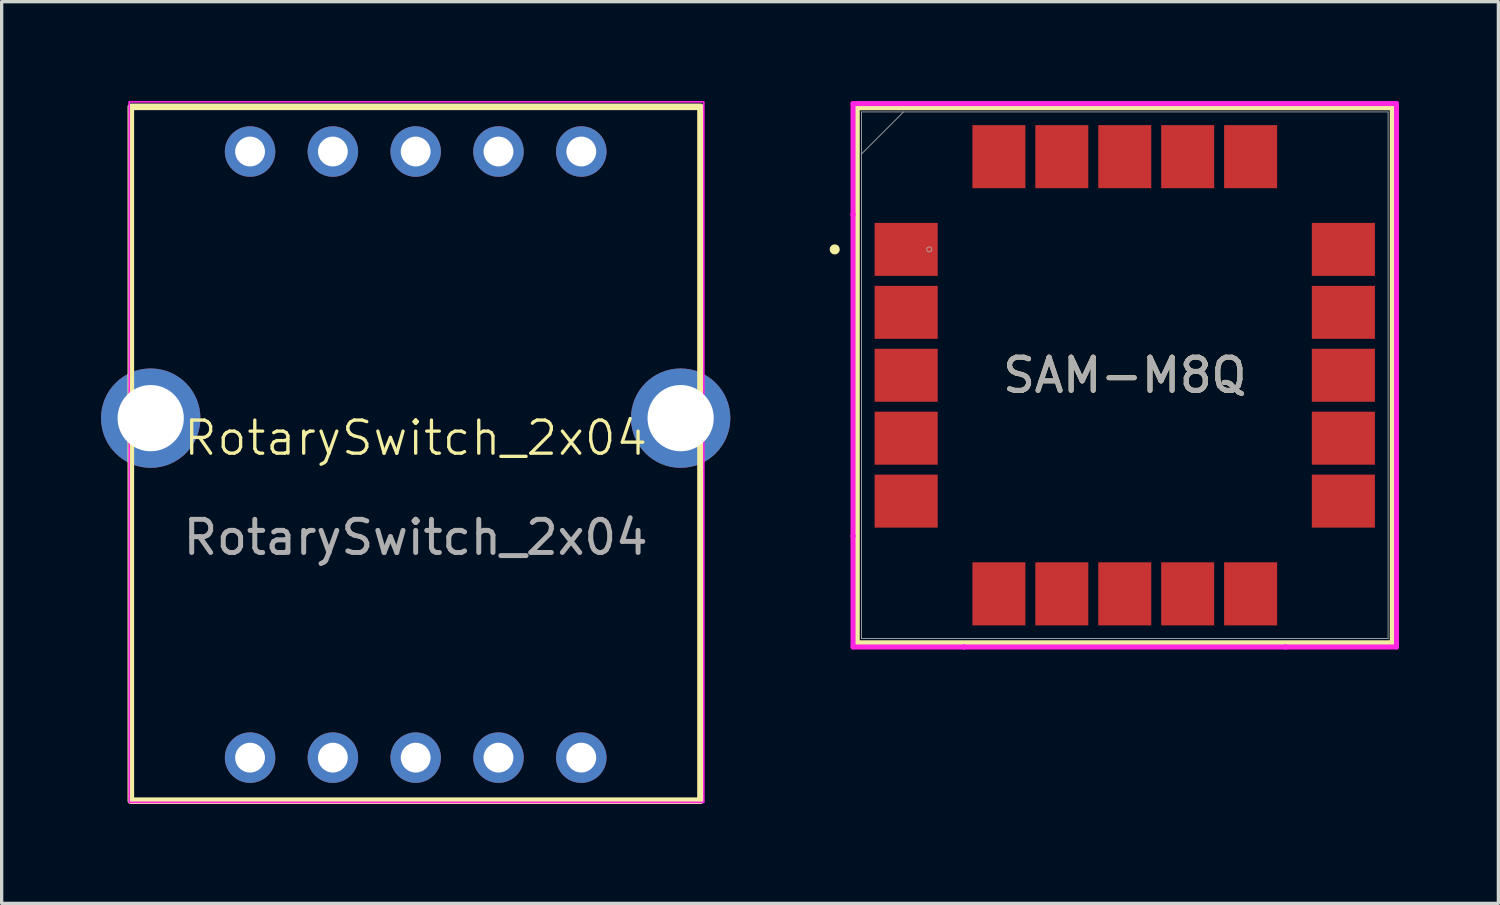
<source format=kicad_pcb>
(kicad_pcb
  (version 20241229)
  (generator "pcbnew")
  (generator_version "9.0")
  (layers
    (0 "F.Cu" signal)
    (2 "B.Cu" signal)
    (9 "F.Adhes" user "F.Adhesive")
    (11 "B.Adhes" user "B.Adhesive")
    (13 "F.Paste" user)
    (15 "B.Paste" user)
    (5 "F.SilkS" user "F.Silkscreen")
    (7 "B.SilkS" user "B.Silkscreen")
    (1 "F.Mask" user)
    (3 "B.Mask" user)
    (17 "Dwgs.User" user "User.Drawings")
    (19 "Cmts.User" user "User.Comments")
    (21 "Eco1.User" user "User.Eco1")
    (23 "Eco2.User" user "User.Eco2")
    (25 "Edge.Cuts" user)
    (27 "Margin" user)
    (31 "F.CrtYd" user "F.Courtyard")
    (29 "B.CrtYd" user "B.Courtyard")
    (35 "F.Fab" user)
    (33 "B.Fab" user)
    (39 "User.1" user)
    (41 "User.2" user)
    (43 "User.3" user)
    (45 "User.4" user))
  (footprint "SAM-M8Q"
    (layer "F.Cu")
    (at 30.909 8.28)
    (property "Reference" "SAM-M8Q" (at 0 0 0) (unlocked yes) (layer "F.SilkS") (effects (font (size 1 1) (thickness 0.15))))
    (attr smd)
    (fp_line (start -8.077 -8.077) (end -8.077 8.077) (stroke (width 0.152) (type solid)) (layer "F.SilkS"))
    (fp_line (start -8.077 8.077) (end 8.077 8.077) (stroke (width 0.152) (type solid)) (layer "F.SilkS"))
    (fp_line (start 8.077 -8.077) (end -8.077 -8.077) (stroke (width 0.152) (type solid)) (layer "F.SilkS"))
    (fp_line (start 8.077 8.077) (end 8.077 -8.077) (stroke (width 0.152) (type solid)) (layer "F.SilkS"))
    (fp_circle (center -8.757 -3.8) (end -8.68 -3.8) (stroke (width 0.152) (type solid)) (fill no) (layer "F.SilkS"))
    (fp_line (start -8.204 -8.204) (end -4.854 -8.204) (stroke (width 0.152) (type solid)) (layer "F.CrtYd"))
    (fp_line (start -8.204 -4.854) (end -8.204 -8.204) (stroke (width 0.152) (type solid)) (layer "F.CrtYd"))
    (fp_line (start -8.204 -4.854) (end -8.204 -4.854) (stroke (width 0.152) (type solid)) (layer "F.CrtYd"))
    (fp_line (start -8.204 4.854) (end -8.204 -4.854) (stroke (width 0.152) (type solid)) (layer "F.CrtYd"))
    (fp_line (start -8.204 4.854) (end -8.204 4.854) (stroke (width 0.152) (type solid)) (layer "F.CrtYd"))
    (fp_line (start -8.204 8.204) (end -8.204 4.854) (stroke (width 0.152) (type solid)) (layer "F.CrtYd"))
    (fp_line (start -4.854 -8.204) (end -4.854 -8.204) (stroke (width 0.152) (type solid)) (layer "F.CrtYd"))
    (fp_line (start -4.854 -8.204) (end 4.854 -8.204) (stroke (width 0.152) (type solid)) (layer "F.CrtYd"))
    (fp_line (start -4.854 8.204) (end -8.204 8.204) (stroke (width 0.152) (type solid)) (layer "F.CrtYd"))
    (fp_line (start -4.854 8.204) (end -4.854 8.204) (stroke (width 0.152) (type solid)) (layer "F.CrtYd"))
    (fp_line (start 4.854 -8.204) (end 4.854 -8.204) (stroke (width 0.152) (type solid)) (layer "F.CrtYd"))
    (fp_line (start 4.854 -8.204) (end 8.204 -8.204) (stroke (width 0.152) (type solid)) (layer "F.CrtYd"))
    (fp_line (start 4.854 8.204) (end -4.854 8.204) (stroke (width 0.152) (type solid)) (layer "F.CrtYd"))
    (fp_line (start 4.854 8.204) (end 4.854 8.204) (stroke (width 0.152) (type solid)) (layer "F.CrtYd"))
    (fp_line (start 8.204 -8.204) (end 8.204 -4.854) (stroke (width 0.152) (type solid)) (layer "F.CrtYd"))
    (fp_line (start 8.204 -4.854) (end 8.204 -4.854) (stroke (width 0.152) (type solid)) (layer "F.CrtYd"))
    (fp_line (start 8.204 -4.854) (end 8.204 4.854) (stroke (width 0.152) (type solid)) (layer "F.CrtYd"))
    (fp_line (start 8.204 4.854) (end 8.204 4.854) (stroke (width 0.152) (type solid)) (layer "F.CrtYd"))
    (fp_line (start 8.204 4.854) (end 8.204 8.204) (stroke (width 0.152) (type solid)) (layer "F.CrtYd"))
    (fp_line (start 8.204 8.204) (end 4.854 8.204) (stroke (width 0.152) (type solid)) (layer "F.CrtYd"))
    (fp_line (start -7.95 -7.95) (end -7.95 7.95) (stroke (width 0.025) (type solid)) (layer "F.Fab"))
    (fp_line (start -7.95 -6.68) (end -6.68 -7.95) (stroke (width 0.025) (type solid)) (layer "F.Fab"))
    (fp_line (start -7.95 7.95) (end 7.95 7.95) (stroke (width 0.025) (type solid)) (layer "F.Fab"))
    (fp_line (start 7.95 -7.95) (end -7.95 -7.95) (stroke (width 0.025) (type solid)) (layer "F.Fab"))
    (fp_line (start 7.95 7.95) (end 7.95 -7.95) (stroke (width 0.025) (type solid)) (layer "F.Fab"))
    (fp_circle (center -5.902 -3.8) (end -5.825 -3.8) (stroke (width 0.025) (type solid)) (fill no) (layer "F.Fab"))
    (fp_text user "${REFERENCE}" (at 0 0 0) (unlocked yes) (layer "F.Fab") (effects (font (size 1 1) (thickness 0.15))))
    (pad "1" smd rect (at -6.6 -3.8) (size 1.905 1.6) (layers "F.Cu" "F.Mask" "F.Paste"))
    (pad "2" smd rect (at -6.6 -1.9) (size 1.905 1.6) (layers "F.Cu" "F.Mask" "F.Paste"))
    (pad "3" smd rect (at -6.6 0) (size 1.905 1.6) (layers "F.Cu" "F.Mask" "F.Paste"))
    (pad "4" smd rect (at -6.6 1.9) (size 1.905 1.6) (layers "F.Cu" "F.Mask" "F.Paste"))
    (pad "5" smd rect (at -6.6 3.8) (size 1.905 1.6) (layers "F.Cu" "F.Mask" "F.Paste"))
    (pad "6" smd rect (at -3.8 6.6 90) (size 1.905 1.6) (layers "F.Cu" "F.Mask" "F.Paste"))
    (pad "7" smd rect (at -1.9 6.6 90) (size 1.905 1.6) (layers "F.Cu" "F.Mask" "F.Paste"))
    (pad "8" smd rect (at 0 6.6 90) (size 1.905 1.6) (layers "F.Cu" "F.Mask" "F.Paste"))
    (pad "9" smd rect (at 1.9 6.6 90) (size 1.905 1.6) (layers "F.Cu" "F.Mask" "F.Paste"))
    (pad "10" smd rect (at 3.8 6.6 90) (size 1.905 1.6) (layers "F.Cu" "F.Mask" "F.Paste"))
    (pad "11" smd rect (at 6.6 3.8) (size 1.905 1.6) (layers "F.Cu" "F.Mask" "F.Paste"))
    (pad "12" smd rect (at 6.6 1.9) (size 1.905 1.6) (layers "F.Cu" "F.Mask" "F.Paste"))
    (pad "13" smd rect (at 6.6 0) (size 1.905 1.6) (layers "F.Cu" "F.Mask" "F.Paste"))
    (pad "14" smd rect (at 6.6 -1.9) (size 1.905 1.6) (layers "F.Cu" "F.Mask" "F.Paste"))
    (pad "15" smd rect (at 6.6 -3.8) (size 1.905 1.6) (layers "F.Cu" "F.Mask" "F.Paste"))
    (pad "16" smd rect (at 3.8 -6.6 90) (size 1.905 1.6) (layers "F.Cu" "F.Mask" "F.Paste"))
    (pad "17" smd rect (at 1.9 -6.6 90) (size 1.905 1.6) (layers "F.Cu" "F.Mask" "F.Paste"))
    (pad "18" smd rect (at 0 -6.6 90) (size 1.905 1.6) (layers "F.Cu" "F.Mask" "F.Paste"))
    (pad "19" smd rect (at -1.9 -6.6 90) (size 1.905 1.6) (layers "F.Cu" "F.Mask" "F.Paste"))
    (pad "20" smd rect (at -3.8 -6.6 90) (size 1.905 1.6) (layers "F.Cu" "F.Mask" "F.Paste")))
  (footprint "RotarySwitch_2x04"
    (layer "F.Cu")
    (at 9.5 10.675)
    (property "Reference" "RotarySwitch_2x04" (at 0 -0.5 0) (unlocked yes) (layer "F.SilkS") (effects (font (size 1 1) (thickness 0.1))))
    (attr through_hole)
    (fp_rect (start -8.6 -10.5) (end 8.6 10.45) (stroke (width 0.2) (type default)) (fill no) (layer "F.SilkS"))
    (fp_rect (start -8.65 -10.65) (end 8.7 10.5) (stroke (width 0.05) (type default)) (fill no) (layer "F.CrtYd"))
    (fp_text user "${REFERENCE}" (at 0 2.5 0) (unlocked yes) (layer "F.Fab") (effects (font (size 1 1) (thickness 0.15))))
    (pad "" thru_hole circle (at -8 -1.1) (size 3 3) (drill 2) (layers "*.Cu" "*.Mask"))
    (pad "" thru_hole circle (at 8 -1.1) (size 3 3) (drill 2) (layers "*.Cu" "*.Mask"))
    (pad "1" thru_hole circle (at 5 9.15) (size 1.524 1.524) (drill 0.9) (layers "*.Cu" "*.Mask"))
    (pad "2" thru_hole circle (at 2.5 9.15) (size 1.524 1.524) (drill 0.9) (layers "*.Cu" "*.Mask"))
    (pad "3" thru_hole circle (at 0 9.15) (size 1.524 1.524) (drill 0.9) (layers "*.Cu" "*.Mask"))
    (pad "4" thru_hole circle (at -2.5 9.15) (size 1.524 1.524) (drill 0.9) (layers "*.Cu" "*.Mask"))
    (pad "5" thru_hole circle (at -5 9.15) (size 1.524 1.524) (drill 0.9) (layers "*.Cu" "*.Mask"))
    (pad "6" thru_hole circle (at -5 -9.15) (size 1.524 1.524) (drill 0.9) (layers "*.Cu" "*.Mask"))
    (pad "7" thru_hole circle (at -2.5 -9.15) (size 1.524 1.524) (drill 0.9) (layers "*.Cu" "*.Mask"))
    (pad "8" thru_hole circle (at 0 -9.15) (size 1.524 1.524) (drill 0.9) (layers "*.Cu" "*.Mask"))
    (pad "9" thru_hole circle (at 2.5 -9.15) (size 1.524 1.524) (drill 0.9) (layers "*.Cu" "*.Mask"))
    (pad "10" thru_hole circle (at 5 -9.15) (size 1.524 1.524) (drill 0.9) (layers "*.Cu" "*.Mask")))
  (gr_rect
    (start -3 -3)
    (end 42.189 24.225)
    (stroke (width 0.1) (type default))
    (fill no)
    (layer "Edge.Cuts")))
</source>
